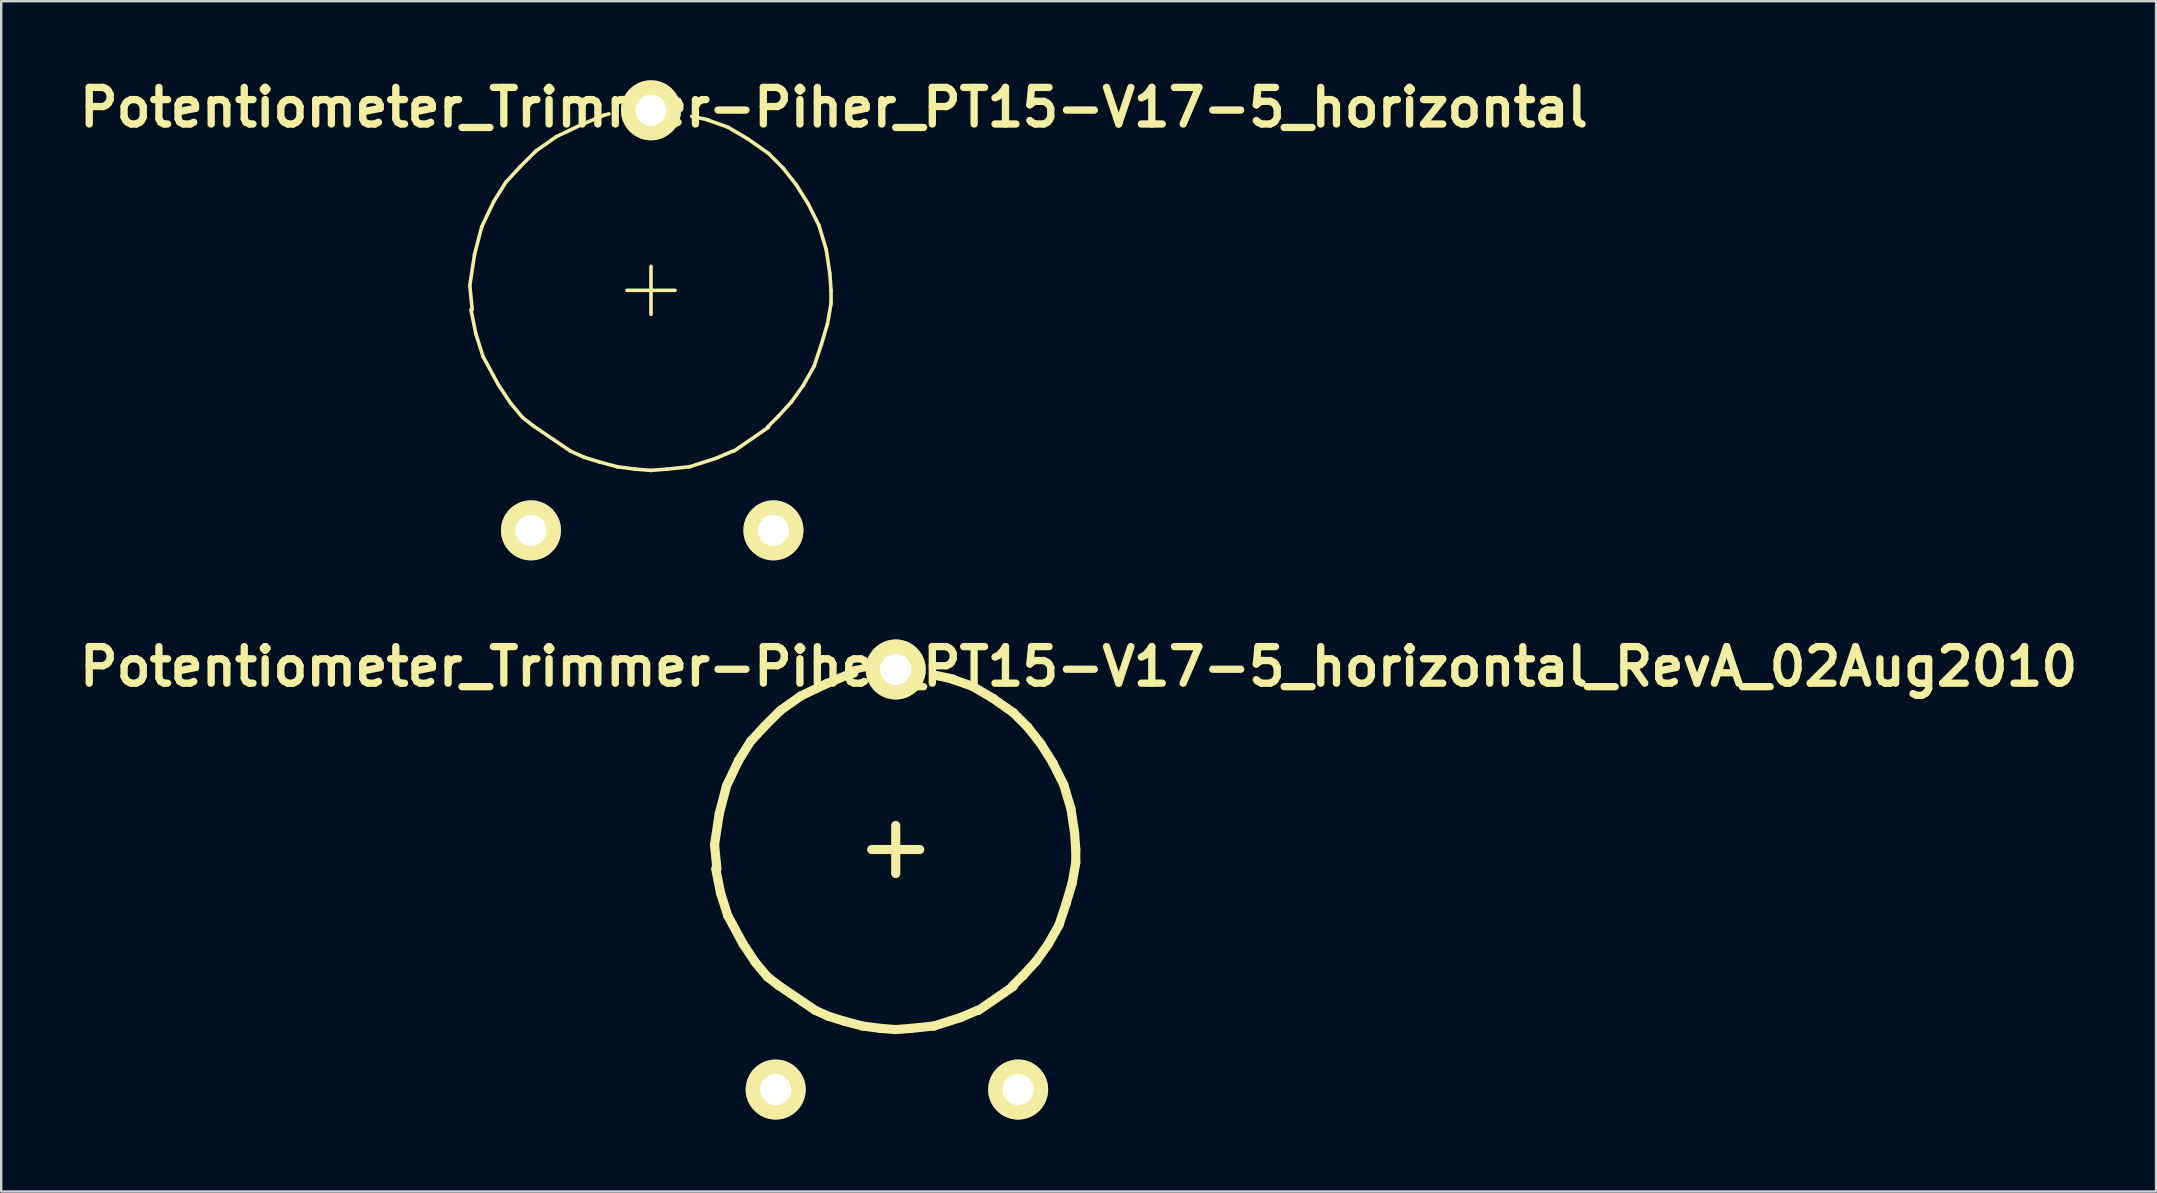
<source format=kicad_pcb>
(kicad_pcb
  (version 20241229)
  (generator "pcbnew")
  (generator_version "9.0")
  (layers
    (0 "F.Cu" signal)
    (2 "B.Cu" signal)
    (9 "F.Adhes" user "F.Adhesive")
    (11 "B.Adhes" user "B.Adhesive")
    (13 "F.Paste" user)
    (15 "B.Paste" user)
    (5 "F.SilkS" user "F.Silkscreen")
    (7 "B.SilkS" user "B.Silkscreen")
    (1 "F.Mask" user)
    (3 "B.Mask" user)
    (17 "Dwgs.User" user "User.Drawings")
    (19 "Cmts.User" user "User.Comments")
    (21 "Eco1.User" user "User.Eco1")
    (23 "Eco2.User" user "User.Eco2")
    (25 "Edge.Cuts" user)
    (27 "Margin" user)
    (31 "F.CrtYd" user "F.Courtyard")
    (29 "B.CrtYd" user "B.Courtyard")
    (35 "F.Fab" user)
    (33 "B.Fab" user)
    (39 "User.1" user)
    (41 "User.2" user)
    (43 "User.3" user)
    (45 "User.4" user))
  (footprint "Potentiometer_Trimmer-Piher_PT15-V17-5_horizontal_RevA_02Aug2010"
    (layer "F.Cu")
    (at 34.268 32.343)
    (property "Reference" "Potentiometer_Trimmer-Piher_PT15-V17-5_horizontal_RevA_02Aug2010" (at 7.62 -7.62 0) (layer "F.SilkS") (effects (font (size 1.524 1.524) (thickness 0.305))))
    (attr through_hole)
    (fp_line (start -7.549 -0.201) (end -7.45 0.8) (stroke (width 0.381) (type solid)) (layer "F.SilkS"))
    (fp_line (start -7.501 0.8) (end -7.3 1.801) (stroke (width 0.381) (type solid)) (layer "F.SilkS"))
    (fp_line (start -7.351 -1.501) (end -7.549 -0.201) (stroke (width 0.381) (type solid)) (layer "F.SilkS"))
    (fp_line (start -7.3 1.801) (end -7 2.751) (stroke (width 0.381) (type solid)) (layer "F.SilkS"))
    (fp_line (start -7.051 -2.649) (end -7.351 -1.501) (stroke (width 0.381) (type solid)) (layer "F.SilkS"))
    (fp_line (start -7 2.751) (end -6.35 3.95) (stroke (width 0.381) (type solid)) (layer "F.SilkS"))
    (fp_line (start -6.551 -3.701) (end -7.051 -2.649) (stroke (width 0.381) (type solid)) (layer "F.SilkS"))
    (fp_line (start -6.35 3.95) (end -5.85 4.699) (stroke (width 0.381) (type solid)) (layer "F.SilkS"))
    (fp_line (start -6.05 -4.501) (end -6.551 -3.701) (stroke (width 0.381) (type solid)) (layer "F.SilkS"))
    (fp_line (start -5.85 4.699) (end -5.349 5.301) (stroke (width 0.381) (type solid)) (layer "F.SilkS"))
    (fp_line (start -5.451 -5.151) (end -6.05 -4.501) (stroke (width 0.381) (type solid)) (layer "F.SilkS"))
    (fp_line (start -5.349 5.301) (end -4.9 5.649) (stroke (width 0.381) (type solid)) (layer "F.SilkS"))
    (fp_line (start -4.801 -5.799) (end -5.451 -5.151) (stroke (width 0.381) (type solid)) (layer "F.SilkS"))
    (fp_line (start -3.95 -6.401) (end -4.801 -5.799) (stroke (width 0.381) (type solid)) (layer "F.SilkS"))
    (fp_line (start -3.35 6.701) (end -4.9 5.649) (stroke (width 0.381) (type solid)) (layer "F.SilkS"))
    (fp_line (start -3.35 6.701) (end -2.799 6.949) (stroke (width 0.381) (type solid)) (layer "F.SilkS"))
    (fp_line (start -2.901 -6.901) (end -3.95 -6.401) (stroke (width 0.381) (type solid)) (layer "F.SilkS"))
    (fp_line (start -2.799 6.949) (end -2.149 7.15) (stroke (width 0.381) (type solid)) (layer "F.SilkS"))
    (fp_line (start -2.149 7.15) (end -1.4 7.351) (stroke (width 0.381) (type solid)) (layer "F.SilkS"))
    (fp_line (start -1.951 -7.3) (end -2.901 -6.901) (stroke (width 0.381) (type solid)) (layer "F.SilkS"))
    (fp_line (start -1.951 -7.3) (end -1.75 -7.351) (stroke (width 0.381) (type solid)) (layer "F.SilkS"))
    (fp_line (start -1.4 7.351) (end -0.65 7.45) (stroke (width 0.381) (type solid)) (layer "F.SilkS"))
    (fp_line (start -1.001 0) (end 1.001 0) (stroke (width 0.381) (type solid)) (layer "F.SilkS"))
    (fp_line (start -0.65 7.45) (end 0 7.501) (stroke (width 0.381) (type solid)) (layer "F.SilkS"))
    (fp_line (start 0 -1.001) (end 0 1.001) (stroke (width 0.381) (type solid)) (layer "F.SilkS"))
    (fp_line (start 0 7.501) (end 0.65 7.45) (stroke (width 0.381) (type solid)) (layer "F.SilkS"))
    (fp_line (start 0.65 7.45) (end 1.6 7.351) (stroke (width 0.381) (type solid)) (layer "F.SilkS"))
    (fp_line (start 1.6 7.351) (end 2.7 7) (stroke (width 0.381) (type solid)) (layer "F.SilkS"))
    (fp_line (start 2.4 -7.099) (end 1.699 -7.249) (stroke (width 0.381) (type solid)) (layer "F.SilkS"))
    (fp_line (start 2.7 7) (end 3.401 6.701) (stroke (width 0.381) (type solid)) (layer "F.SilkS"))
    (fp_line (start 3.2 -6.8) (end 2.349 -7.099) (stroke (width 0.381) (type solid)) (layer "F.SilkS"))
    (fp_line (start 4.049 -6.299) (end 3.2 -6.8) (stroke (width 0.381) (type solid)) (layer "F.SilkS"))
    (fp_line (start 4.849 5.7) (end 5.301 5.25) (stroke (width 0.381) (type solid)) (layer "F.SilkS"))
    (fp_line (start 4.9 -5.7) (end 4.049 -6.299) (stroke (width 0.381) (type solid)) (layer "F.SilkS"))
    (fp_line (start 4.9 5.7) (end 3.449 6.701) (stroke (width 0.381) (type solid)) (layer "F.SilkS"))
    (fp_line (start 5.301 5.25) (end 5.85 4.651) (stroke (width 0.381) (type solid)) (layer "F.SilkS"))
    (fp_line (start 5.499 -5.1) (end 4.9 -5.7) (stroke (width 0.381) (type solid)) (layer "F.SilkS"))
    (fp_line (start 5.85 4.651) (end 6.35 3.95) (stroke (width 0.381) (type solid)) (layer "F.SilkS"))
    (fp_line (start 6.05 -4.399) (end 5.499 -5.1) (stroke (width 0.381) (type solid)) (layer "F.SilkS"))
    (fp_line (start 6.35 3.95) (end 6.8 3.15) (stroke (width 0.381) (type solid)) (layer "F.SilkS"))
    (fp_line (start 6.551 -3.599) (end 6.05 -4.399) (stroke (width 0.381) (type solid)) (layer "F.SilkS"))
    (fp_line (start 6.8 3.15) (end 7.099 2.25) (stroke (width 0.381) (type solid)) (layer "F.SilkS"))
    (fp_line (start 7 -2.7) (end 6.551 -3.599) (stroke (width 0.381) (type solid)) (layer "F.SilkS"))
    (fp_line (start 7.099 2.25) (end 7.351 1.4) (stroke (width 0.381) (type solid)) (layer "F.SilkS"))
    (fp_line (start 7.3 -1.699) (end 7 -2.7) (stroke (width 0.381) (type solid)) (layer "F.SilkS"))
    (fp_line (start 7.351 1.4) (end 7.501 0.551) (stroke (width 0.381) (type solid)) (layer "F.SilkS"))
    (fp_line (start 7.45 -0.701) (end 7.3 -1.699) (stroke (width 0.381) (type solid)) (layer "F.SilkS"))
    (fp_line (start 7.501 0) (end 7.45 -0.701) (stroke (width 0.381) (type solid)) (layer "F.SilkS"))
    (fp_line (start 7.501 0.551) (end 7.501 0) (stroke (width 0.381) (type solid)) (layer "F.SilkS"))
    (pad "1" thru_hole circle (at -5.001 10) (size 2.499 2.499) (drill 1.3) (layers "*.Cu" "*.Mask" "F.SilkS"))
    (pad "2" thru_hole circle (at 0 -7.501) (size 2.499 2.499) (drill 1.3) (layers "*.Cu" "*.Mask" "F.SilkS"))
    (pad "3" thru_hole circle (at 5.1 10) (size 2.499 2.499) (drill 1.3) (layers "*.Cu" "*.Mask" "F.SilkS")))
  (footprint "Potentiometer_Trimmer-Piher_PT15-V17-5_horizontal"
    (layer "F.Cu")
    (at 24.072 9.046)
    (property "Reference" "Potentiometer_Trimmer-Piher_PT15-V17-5_horizontal" (at 7.62 -7.62 0) (layer "F.SilkS") (effects (font (size 1.524 1.524) (thickness 0.305))))
    (attr through_hole)
    (fp_line (start -7.549 -0.201) (end -7.45 0.8) (stroke (width 0.15) (type solid)) (layer "F.SilkS"))
    (fp_line (start -7.501 0.8) (end -7.3 1.801) (stroke (width 0.15) (type solid)) (layer "F.SilkS"))
    (fp_line (start -7.351 -1.501) (end -7.549 -0.201) (stroke (width 0.15) (type solid)) (layer "F.SilkS"))
    (fp_line (start -7.3 1.801) (end -7 2.751) (stroke (width 0.15) (type solid)) (layer "F.SilkS"))
    (fp_line (start -7.051 -2.649) (end -7.351 -1.501) (stroke (width 0.15) (type solid)) (layer "F.SilkS"))
    (fp_line (start -7 2.751) (end -6.35 3.95) (stroke (width 0.15) (type solid)) (layer "F.SilkS"))
    (fp_line (start -6.551 -3.701) (end -7.051 -2.649) (stroke (width 0.15) (type solid)) (layer "F.SilkS"))
    (fp_line (start -6.35 3.95) (end -5.85 4.699) (stroke (width 0.15) (type solid)) (layer "F.SilkS"))
    (fp_line (start -6.05 -4.501) (end -6.551 -3.701) (stroke (width 0.15) (type solid)) (layer "F.SilkS"))
    (fp_line (start -5.85 4.699) (end -5.349 5.301) (stroke (width 0.15) (type solid)) (layer "F.SilkS"))
    (fp_line (start -5.451 -5.151) (end -6.05 -4.501) (stroke (width 0.15) (type solid)) (layer "F.SilkS"))
    (fp_line (start -5.349 5.301) (end -4.9 5.649) (stroke (width 0.15) (type solid)) (layer "F.SilkS"))
    (fp_line (start -4.801 -5.799) (end -5.451 -5.151) (stroke (width 0.15) (type solid)) (layer "F.SilkS"))
    (fp_line (start -3.95 -6.401) (end -4.801 -5.799) (stroke (width 0.15) (type solid)) (layer "F.SilkS"))
    (fp_line (start -3.35 6.701) (end -4.9 5.649) (stroke (width 0.15) (type solid)) (layer "F.SilkS"))
    (fp_line (start -3.35 6.701) (end -2.799 6.949) (stroke (width 0.15) (type solid)) (layer "F.SilkS"))
    (fp_line (start -2.901 -6.901) (end -3.95 -6.401) (stroke (width 0.15) (type solid)) (layer "F.SilkS"))
    (fp_line (start -2.799 6.949) (end -2.149 7.15) (stroke (width 0.15) (type solid)) (layer "F.SilkS"))
    (fp_line (start -2.149 7.15) (end -1.4 7.351) (stroke (width 0.15) (type solid)) (layer "F.SilkS"))
    (fp_line (start -1.951 -7.3) (end -2.901 -6.901) (stroke (width 0.15) (type solid)) (layer "F.SilkS"))
    (fp_line (start -1.951 -7.3) (end -1.75 -7.351) (stroke (width 0.15) (type solid)) (layer "F.SilkS"))
    (fp_line (start -1.4 7.351) (end -0.65 7.45) (stroke (width 0.15) (type solid)) (layer "F.SilkS"))
    (fp_line (start -1.001 0) (end 1.001 0) (stroke (width 0.15) (type solid)) (layer "F.SilkS"))
    (fp_line (start -0.65 7.45) (end 0 7.501) (stroke (width 0.15) (type solid)) (layer "F.SilkS"))
    (fp_line (start 0 -1.001) (end 0 1.001) (stroke (width 0.15) (type solid)) (layer "F.SilkS"))
    (fp_line (start 0 7.501) (end 0.65 7.45) (stroke (width 0.15) (type solid)) (layer "F.SilkS"))
    (fp_line (start 0.65 7.45) (end 1.6 7.351) (stroke (width 0.15) (type solid)) (layer "F.SilkS"))
    (fp_line (start 1.6 7.351) (end 2.7 7) (stroke (width 0.15) (type solid)) (layer "F.SilkS"))
    (fp_line (start 2.4 -7.099) (end 1.699 -7.249) (stroke (width 0.15) (type solid)) (layer "F.SilkS"))
    (fp_line (start 2.7 7) (end 3.401 6.701) (stroke (width 0.15) (type solid)) (layer "F.SilkS"))
    (fp_line (start 3.2 -6.8) (end 2.349 -7.099) (stroke (width 0.15) (type solid)) (layer "F.SilkS"))
    (fp_line (start 4.049 -6.299) (end 3.2 -6.8) (stroke (width 0.15) (type solid)) (layer "F.SilkS"))
    (fp_line (start 4.849 5.7) (end 5.301 5.25) (stroke (width 0.15) (type solid)) (layer "F.SilkS"))
    (fp_line (start 4.9 -5.7) (end 4.049 -6.299) (stroke (width 0.15) (type solid)) (layer "F.SilkS"))
    (fp_line (start 4.9 5.7) (end 3.449 6.701) (stroke (width 0.15) (type solid)) (layer "F.SilkS"))
    (fp_line (start 5.301 5.25) (end 5.85 4.651) (stroke (width 0.15) (type solid)) (layer "F.SilkS"))
    (fp_line (start 5.499 -5.1) (end 4.9 -5.7) (stroke (width 0.15) (type solid)) (layer "F.SilkS"))
    (fp_line (start 5.85 4.651) (end 6.35 3.95) (stroke (width 0.15) (type solid)) (layer "F.SilkS"))
    (fp_line (start 6.05 -4.399) (end 5.499 -5.1) (stroke (width 0.15) (type solid)) (layer "F.SilkS"))
    (fp_line (start 6.35 3.95) (end 6.8 3.15) (stroke (width 0.15) (type solid)) (layer "F.SilkS"))
    (fp_line (start 6.551 -3.599) (end 6.05 -4.399) (stroke (width 0.15) (type solid)) (layer "F.SilkS"))
    (fp_line (start 6.8 3.15) (end 7.099 2.25) (stroke (width 0.15) (type solid)) (layer "F.SilkS"))
    (fp_line (start 7 -2.7) (end 6.551 -3.599) (stroke (width 0.15) (type solid)) (layer "F.SilkS"))
    (fp_line (start 7.099 2.25) (end 7.351 1.4) (stroke (width 0.15) (type solid)) (layer "F.SilkS"))
    (fp_line (start 7.3 -1.699) (end 7 -2.7) (stroke (width 0.15) (type solid)) (layer "F.SilkS"))
    (fp_line (start 7.351 1.4) (end 7.501 0.551) (stroke (width 0.15) (type solid)) (layer "F.SilkS"))
    (fp_line (start 7.45 -0.701) (end 7.3 -1.699) (stroke (width 0.15) (type solid)) (layer "F.SilkS"))
    (fp_line (start 7.501 0) (end 7.45 -0.701) (stroke (width 0.15) (type solid)) (layer "F.SilkS"))
    (fp_line (start 7.501 0.551) (end 7.501 0) (stroke (width 0.15) (type solid)) (layer "F.SilkS"))
    (pad "1" thru_hole circle (at -5.001 10) (size 2.499 2.499) (drill 1.3) (layers "*.Cu" "*.Mask" "F.SilkS"))
    (pad "2" thru_hole circle (at 0 -7.501) (size 2.499 2.499) (drill 1.3) (layers "*.Cu" "*.Mask" "F.SilkS"))
    (pad "3" thru_hole circle (at 5.1 10) (size 2.499 2.499) (drill 1.3) (layers "*.Cu" "*.Mask" "F.SilkS")))
  (gr_rect
    (start -3 -3)
    (end 86.776 46.592)
    (stroke (width 0.1) (type default))
    (fill no)
    (layer "Edge.Cuts")))
</source>
